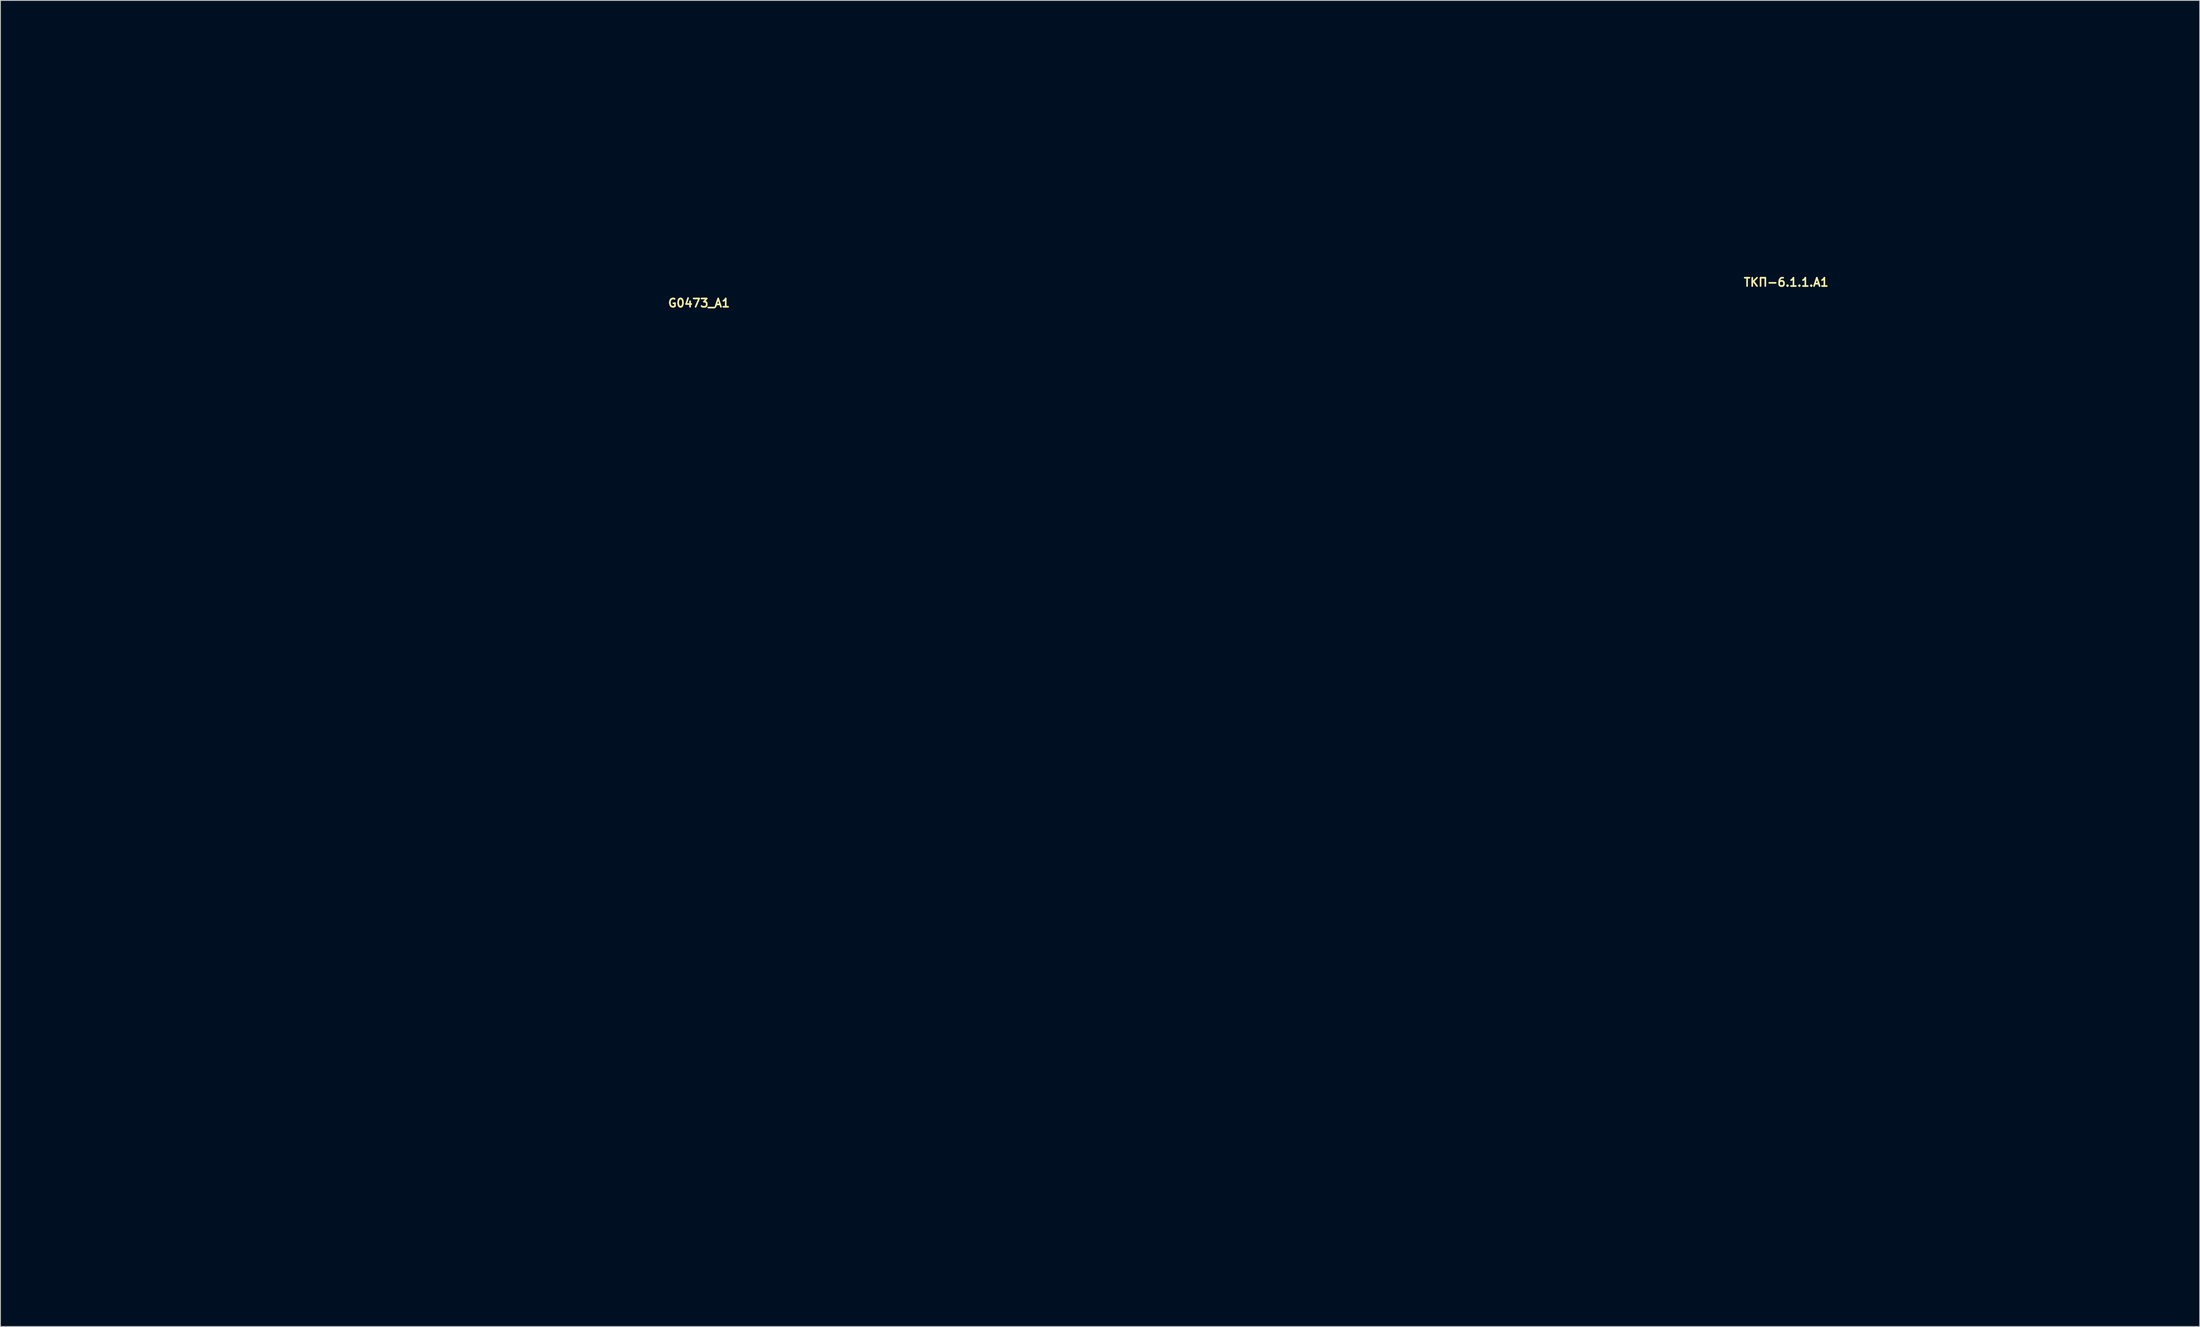
<source format=kicad_pcb>
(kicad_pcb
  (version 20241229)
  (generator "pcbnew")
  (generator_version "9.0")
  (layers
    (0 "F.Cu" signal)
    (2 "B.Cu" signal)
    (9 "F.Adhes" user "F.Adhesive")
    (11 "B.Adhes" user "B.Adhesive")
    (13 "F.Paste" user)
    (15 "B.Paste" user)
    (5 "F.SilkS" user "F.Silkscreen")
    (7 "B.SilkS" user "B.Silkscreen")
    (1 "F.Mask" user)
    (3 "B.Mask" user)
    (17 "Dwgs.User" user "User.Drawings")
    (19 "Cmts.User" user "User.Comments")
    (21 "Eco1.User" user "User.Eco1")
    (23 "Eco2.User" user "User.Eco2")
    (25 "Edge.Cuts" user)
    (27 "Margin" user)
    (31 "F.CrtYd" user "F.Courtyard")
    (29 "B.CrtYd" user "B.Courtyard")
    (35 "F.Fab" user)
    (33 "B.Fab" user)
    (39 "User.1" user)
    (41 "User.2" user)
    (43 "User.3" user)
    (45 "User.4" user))
  (footprint "ТКП-6.1.1.A1"
    (layer "F.Cu")
    (at 211.6 90.95)
    (property "Reference" "ТКП-6.1.1.A1" (at 0 -60.071 0) (layer "F.SilkS") (effects (font (size 1 1) (thickness 0.2))))
    (attr through_hole)
    (fp_line (start -46.5 -87.65) (end -46.5 -59.25) (stroke (width 0.4) (type solid)) (layer "Eco2.User"))
    (fp_line (start -46.5 -87.65) (end -45 -87.65) (stroke (width 0.4) (type solid)) (layer "Eco2.User"))
    (fp_line (start -46.5 -59.25) (end -46.5 59.25) (stroke (width 0.4) (type solid)) (layer "Eco2.User"))
    (fp_line (start -46.5 -59.25) (end -45 -59.25) (stroke (width 0.4) (type solid)) (layer "Eco2.User"))
    (fp_line (start -46.5 59.25) (end -45 59.25) (stroke (width 0.4) (type solid)) (layer "Eco2.User"))
    (fp_line (start -45 -87.65) (end -45 -59.25) (stroke (width 0.4) (type solid)) (layer "Eco2.User"))
    (fp_line (start -45 -59.25) (end -45 59.25) (stroke (width 0.4) (type solid)) (layer "Eco2.User"))
    (fp_line (start -45 -56.15) (end -44.8 -56.15) (stroke (width 0.4) (type solid)) (layer "Eco2.User"))
    (fp_line (start -45 56.15) (end -44.8 56.15) (stroke (width 0.4) (type solid)) (layer "Eco2.User"))
    (fp_line (start -44.8 -87.65) (end -44.8 -59.25) (stroke (width 0.4) (type solid)) (layer "Eco2.User"))
    (fp_line (start -44.8 -87.65) (end -43.4 -87.65) (stroke (width 0.4) (type solid)) (layer "Eco2.User"))
    (fp_line (start -44.8 -59.25) (end -44.8 -49.65) (stroke (width 0.4) (type solid)) (layer "Eco2.User"))
    (fp_line (start -44.8 -59.25) (end 44.8 -59.25) (stroke (width 0.4) (type solid)) (layer "Eco2.User"))
    (fp_line (start -44.8 49.65) (end -44.8 59.25) (stroke (width 0.4) (type solid)) (layer "Eco2.User"))
    (fp_line (start -44.8 59.25) (end 44.8 59.25) (stroke (width 0.4) (type solid)) (layer "Eco2.User"))
    (fp_line (start -43.4 -90.75) (end -43.4 -87.65) (stroke (width 0.4) (type solid)) (layer "Eco2.User"))
    (fp_line (start -43.4 -90.75) (end 43.4 -90.75) (stroke (width 0.4) (type solid)) (layer "Eco2.User"))
    (fp_line (start -41.7 -46.55) (end -36.9 -46.55) (stroke (width 0.4) (type solid)) (layer "Eco2.User"))
    (fp_line (start -41.7 46.55) (end -36.9 46.55) (stroke (width 0.4) (type solid)) (layer "Eco2.User"))
    (fp_line (start -33.8 -62.975) (end -33.8 -59.25) (stroke (width 0.4) (type solid)) (layer "Eco2.User"))
    (fp_line (start -33.8 -59.25) (end -33.8 -49.65) (stroke (width 0.4) (type solid)) (layer "Eco2.User"))
    (fp_line (start -33.8 -57.75) (end 33.8 -57.75) (stroke (width 0.4) (type solid)) (layer "Eco2.User"))
    (fp_line (start -33.8 49.65) (end -33.8 59.25) (stroke (width 0.4) (type solid)) (layer "Eco2.User"))
    (fp_line (start -33.8 57.75) (end 33.8 57.75) (stroke (width 0.4) (type solid)) (layer "Eco2.User"))
    (fp_line (start -33.05 -62.975) (end -33.05 -59.25) (stroke (width 0.4) (type solid)) (layer "Eco2.User"))
    (fp_line (start -33.05 -59.25) (end -33.05 -57.75) (stroke (width 0.4) (type solid)) (layer "Eco2.User"))
    (fp_line (start -33.05 57.75) (end -33.05 59.25) (stroke (width 0.4) (type solid)) (layer "Eco2.User"))
    (fp_line (start 33.05 -62.975) (end 33.05 -59.25) (stroke (width 0.4) (type solid)) (layer "Eco2.User"))
    (fp_line (start 33.05 -59.25) (end 33.05 -57.75) (stroke (width 0.4) (type solid)) (layer "Eco2.User"))
    (fp_line (start 33.05 57.75) (end 33.05 59.25) (stroke (width 0.4) (type solid)) (layer "Eco2.User"))
    (fp_line (start 33.8 -62.975) (end 33.8 -59.25) (stroke (width 0.4) (type solid)) (layer "Eco2.User"))
    (fp_line (start 33.8 -59.25) (end 33.8 -49.65) (stroke (width 0.4) (type solid)) (layer "Eco2.User"))
    (fp_line (start 33.8 49.65) (end 33.8 59.25) (stroke (width 0.4) (type solid)) (layer "Eco2.User"))
    (fp_line (start 36.9 -46.55) (end 41.7 -46.55) (stroke (width 0.4) (type solid)) (layer "Eco2.User"))
    (fp_line (start 36.9 46.55) (end 41.7 46.55) (stroke (width 0.4) (type solid)) (layer "Eco2.User"))
    (fp_line (start 43.4 -90.75) (end 43.4 -87.65) (stroke (width 0.4) (type solid)) (layer "Eco2.User"))
    (fp_line (start 43.4 -87.65) (end 44.8 -87.65) (stroke (width 0.4) (type solid)) (layer "Eco2.User"))
    (fp_line (start 44.8 -87.65) (end 44.8 -59.25) (stroke (width 0.4) (type solid)) (layer "Eco2.User"))
    (fp_line (start 44.8 -59.25) (end 44.8 -49.65) (stroke (width 0.4) (type solid)) (layer "Eco2.User"))
    (fp_line (start 44.8 -56.15) (end 45 -56.15) (stroke (width 0.4) (type solid)) (layer "Eco2.User"))
    (fp_line (start 44.8 49.65) (end 44.8 59.25) (stroke (width 0.4) (type solid)) (layer "Eco2.User"))
    (fp_line (start 44.8 56.15) (end 45 56.15) (stroke (width 0.4) (type solid)) (layer "Eco2.User"))
    (fp_line (start 45 -87.65) (end 45 -59.25) (stroke (width 0.4) (type solid)) (layer "Eco2.User"))
    (fp_line (start 45 -87.65) (end 46.5 -87.65) (stroke (width 0.4) (type solid)) (layer "Eco2.User"))
    (fp_line (start 45 -59.25) (end 45 59.25) (stroke (width 0.4) (type solid)) (layer "Eco2.User"))
    (fp_line (start 45 -59.25) (end 46.5 -59.25) (stroke (width 0.4) (type solid)) (layer "Eco2.User"))
    (fp_line (start 45 59.25) (end 46.5 59.25) (stroke (width 0.4) (type solid)) (layer "Eco2.User"))
    (fp_line (start 46.5 -87.65) (end 46.5 -59.25) (stroke (width 0.4) (type solid)) (layer "Eco2.User"))
    (fp_line (start 46.5 -59.25) (end 46.5 59.25) (stroke (width 0.4) (type solid)) (layer "Eco2.User"))
    (fp_arc (start -46.5 -87.65) (mid -45.592031 -89.842031) (end -43.4 -90.75) (stroke (width 0.4) (type solid)) (layer "Eco2.User"))
    (fp_arc (start -45 -87.65) (mid -44.531371 -88.781371) (end -43.4 -89.25) (stroke (width 0.4) (type solid)) (layer "Eco2.User"))
    (fp_arc (start -44.8 49.65) (mid -43.892031 47.457969) (end -41.7 46.55) (stroke (width 0.4) (type solid)) (layer "Eco2.User"))
    (fp_arc (start -41.7 -46.55) (mid -43.892031 -47.457969) (end -44.8 -49.65) (stroke (width 0.4) (type solid)) (layer "Eco2.User"))
    (fp_arc (start -36.9 46.55) (mid -34.707969 47.457969) (end -33.8 49.65) (stroke (width 0.4) (type solid)) (layer "Eco2.User"))
    (fp_arc (start -33.8 -62.975) (mid -33.425 -63.35) (end -33.05 -62.975) (stroke (width 0.4) (type solid)) (layer "Eco2.User"))
    (fp_arc (start -33.8 -49.65) (mid -34.707969 -47.457969) (end -36.9 -46.55) (stroke (width 0.4) (type solid)) (layer "Eco2.User"))
    (fp_arc (start 33.05 -62.975) (mid 33.425 -63.35) (end 33.8 -62.975) (stroke (width 0.4) (type solid)) (layer "Eco2.User"))
    (fp_arc (start 33.8 49.65) (mid 34.707969 47.457969) (end 36.9 46.55) (stroke (width 0.4) (type solid)) (layer "Eco2.User"))
    (fp_arc (start 36.9 -46.55) (mid 34.707969 -47.457969) (end 33.8 -49.65) (stroke (width 0.4) (type solid)) (layer "Eco2.User"))
    (fp_arc (start 41.7 46.55) (mid 43.892031 47.457969) (end 44.8 49.65) (stroke (width 0.4) (type solid)) (layer "Eco2.User"))
    (fp_arc (start 43.4 -90.75) (mid 45.592031 -89.842031) (end 46.5 -87.65) (stroke (width 0.4) (type solid)) (layer "Eco2.User"))
    (fp_arc (start 43.4 -89.25) (mid 44.531371 -88.781371) (end 45 -87.65) (stroke (width 0.4) (type solid)) (layer "Eco2.User"))
    (fp_arc (start 44.8 -49.65) (mid 43.892031 -47.457969) (end 41.7 -46.55) (stroke (width 0.4) (type solid)) (layer "Eco2.User"))
    (fp_circle (center -38.6 -51.35) (end -37.1 -51.35) (stroke (width 0.4) (type solid)) (fill no) (layer "Eco2.User"))
    (fp_circle (center -38.6 51.35) (end -37.1 51.35) (stroke (width 0.4) (type solid)) (fill no) (layer "Eco2.User"))
    (fp_circle (center -19.05 -73.75) (end -11.55 -73.75) (stroke (width 0.4) (type solid)) (fill no) (layer "Eco2.User"))
    (fp_circle (center 0 -72.75) (end 5.5 -72.75) (stroke (width 0.4) (type solid)) (fill no) (layer "Eco2.User"))
    (fp_circle (center 19.05 -73.75) (end 26.55 -73.75) (stroke (width 0.4) (type solid)) (fill no) (layer "Eco2.User"))
    (fp_circle (center 38.6 -51.35) (end 40.1 -51.35) (stroke (width 0.4) (type solid)) (fill no) (layer "Eco2.User"))
    (fp_circle (center 38.6 51.35) (end 40.1 51.35) (stroke (width 0.4) (type solid)) (fill no) (layer "Eco2.User")))
  (footprint "G0473_A1"
    (layer "F.Cu")
    (at 80.95 93.7)
    (property "Reference" "G0473_A1" (at 0 -60.325 0) (layer "F.SilkS") (effects (font (size 1 1) (thickness 0.2))))
    (attr through_hole)
    (fp_line (start -80.75 -59.5) (end -80.75 59.5) (stroke (width 0.4) (type solid)) (layer "Eco1.User"))
    (fp_line (start -80.75 -59.5) (end -46.75 -59.5) (stroke (width 0.4) (type solid)) (layer "Eco1.User"))
    (fp_line (start -80.75 59.5) (end -46.75 59.5) (stroke (width 0.4) (type solid)) (layer "Eco1.User"))
    (fp_line (start -76.75 -59.5) (end -76.75 59.5) (stroke (width 0.4) (type solid)) (layer "Eco1.User"))
    (fp_line (start -46.75 -93.5) (end -46.75 -59.5) (stroke (width 0.4) (type solid)) (layer "Eco1.User"))
    (fp_line (start -46.75 -93.5) (end 46.75 -93.5) (stroke (width 0.4) (type solid)) (layer "Eco1.User"))
    (fp_line (start -46.75 -89.5) (end 46.75 -89.5) (stroke (width 0.4) (type solid)) (layer "Eco1.User"))
    (fp_line (start -46.75 -59.5) (end -46.75 59.5) (stroke (width 0.4) (type solid)) (layer "Eco1.User"))
    (fp_line (start -46.75 -59.5) (end 46.75 -59.5) (stroke (width 0.4) (type solid)) (layer "Eco1.User"))
    (fp_line (start -46.75 59.5) (end 46.75 59.5) (stroke (width 0.4) (type solid)) (layer "Eco1.User"))
    (fp_line (start -44.35 -57.1) (end -44.35 57.1) (stroke (width 0.4) (type solid)) (layer "Eco1.User"))
    (fp_line (start -44.35 -57.1) (end 44.35 -57.1) (stroke (width 0.4) (type solid)) (layer "Eco1.User"))
    (fp_line (start -44.35 -52.25) (end -42.1 -52.25) (stroke (width 0.4) (type solid)) (layer "Eco1.User"))
    (fp_line (start -44.35 52.25) (end -42.1 52.25) (stroke (width 0.4) (type solid)) (layer "Eco1.User"))
    (fp_line (start -44.35 57.1) (end 44.35 57.1) (stroke (width 0.4) (type solid)) (layer "Eco1.User"))
    (fp_line (start -39.6 -57.1) (end -39.6 -54.75) (stroke (width 0.4) (type solid)) (layer "Eco1.User"))
    (fp_line (start -39.6 54.75) (end -39.6 57.1) (stroke (width 0.4) (type solid)) (layer "Eco1.User"))
    (fp_line (start 39.6 -57.1) (end 39.6 -54.75) (stroke (width 0.4) (type solid)) (layer "Eco1.User"))
    (fp_line (start 39.6 54.75) (end 39.6 57.1) (stroke (width 0.4) (type solid)) (layer "Eco1.User"))
    (fp_line (start 42.1 -52.25) (end 44.35 -52.25) (stroke (width 0.4) (type solid)) (layer "Eco1.User"))
    (fp_line (start 42.1 52.25) (end 44.35 52.25) (stroke (width 0.4) (type solid)) (layer "Eco1.User"))
    (fp_line (start 44.35 -57.1) (end 44.35 57.1) (stroke (width 0.4) (type solid)) (layer "Eco1.User"))
    (fp_line (start 46.75 -93.5) (end 46.75 -59.5) (stroke (width 0.4) (type solid)) (layer "Eco1.User"))
    (fp_line (start 46.75 -59.5) (end 46.75 59.5) (stroke (width 0.4) (type solid)) (layer "Eco1.User"))
    (fp_line (start 46.75 -59.5) (end 80.75 -59.5) (stroke (width 0.4) (type solid)) (layer "Eco1.User"))
    (fp_line (start 46.75 59.5) (end 80.75 59.5) (stroke (width 0.4) (type solid)) (layer "Eco1.User"))
    (fp_line (start 76.75 -59.5) (end 76.75 59.5) (stroke (width 0.4) (type solid)) (layer "Eco1.User"))
    (fp_line (start 80.75 -59.5) (end 80.75 59.5) (stroke (width 0.4) (type solid)) (layer "Eco1.User"))
    (fp_arc (start -42.1 52.25) (mid -40.332233 52.982233) (end -39.6 54.75) (stroke (width 0.4) (type solid)) (layer "Eco1.User"))
    (fp_arc (start -39.6 -54.75) (mid -40.332233 -52.982233) (end -42.1 -52.25) (stroke (width 0.4) (type solid)) (layer "Eco1.User"))
    (fp_arc (start 39.6 54.75) (mid 40.332233 52.982233) (end 42.1 52.25) (stroke (width 0.4) (type solid)) (layer "Eco1.User"))
    (fp_arc (start 42.1 -52.25) (mid 40.332233 -52.982233) (end 39.6 -54.75) (stroke (width 0.4) (type solid)) (layer "Eco1.User"))
    (fp_circle (center -59.95 24.13) (end -54.25 24.13) (stroke (width 0.4) (type solid)) (fill no) (layer "Eco1.User"))
    (fp_circle (center -42.1 -54.75) (end -40.6 -54.75) (stroke (width 0.4) (type solid)) (fill no) (layer "Eco1.User"))
    (fp_circle (center -42.1 54.75) (end -40.6 54.75) (stroke (width 0.4) (type solid)) (fill no) (layer "Eco1.User"))
    (fp_circle (center 0 -72.3) (end 5.5 -72.3) (stroke (width 0.4) (type solid)) (fill no) (layer "Eco1.User"))
    (fp_circle (center 42.1 -54.75) (end 43.6 -54.75) (stroke (width 0.4) (type solid)) (fill no) (layer "Eco1.User"))
    (fp_circle (center 42.1 54.75) (end 43.6 54.75) (stroke (width 0.4) (type solid)) (fill no) (layer "Eco1.User"))
    (fp_circle (center 59.95 24.13) (end 65.65 24.13) (stroke (width 0.4) (type solid)) (fill no) (layer "Eco1.User")))
  (gr_rect
    (start -3 -3)
    (end 261.3 156.4)
    (stroke (width 0.1) (type default))
    (fill no)
    (layer "Edge.Cuts")))
</source>
